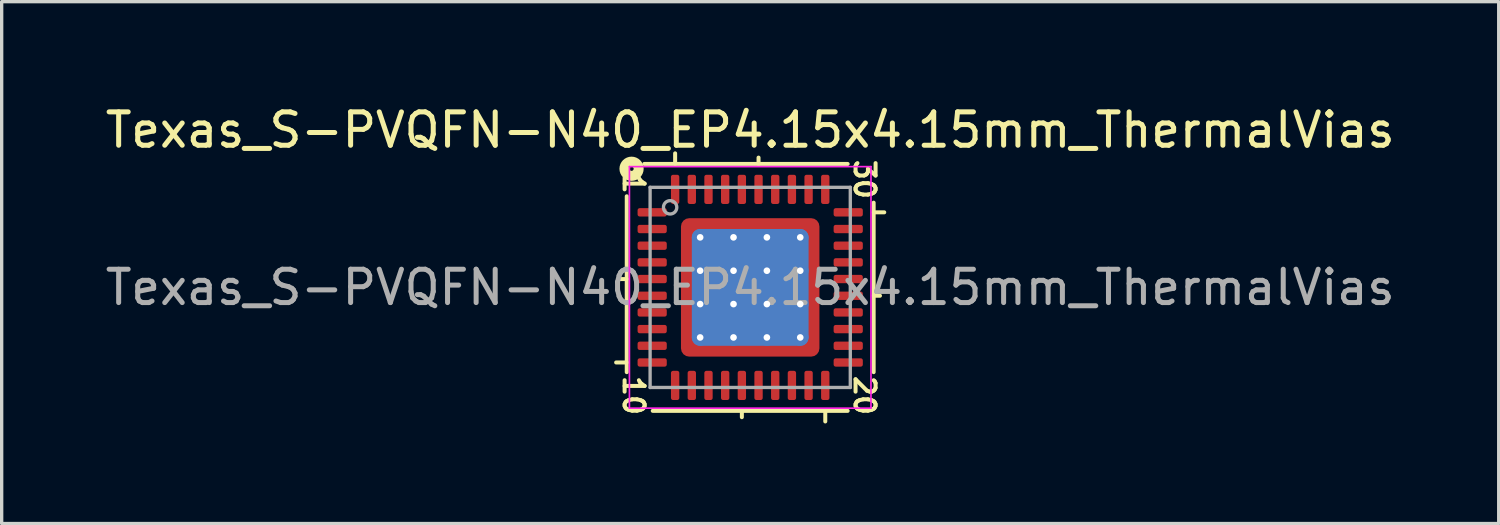
<source format=kicad_pcb>
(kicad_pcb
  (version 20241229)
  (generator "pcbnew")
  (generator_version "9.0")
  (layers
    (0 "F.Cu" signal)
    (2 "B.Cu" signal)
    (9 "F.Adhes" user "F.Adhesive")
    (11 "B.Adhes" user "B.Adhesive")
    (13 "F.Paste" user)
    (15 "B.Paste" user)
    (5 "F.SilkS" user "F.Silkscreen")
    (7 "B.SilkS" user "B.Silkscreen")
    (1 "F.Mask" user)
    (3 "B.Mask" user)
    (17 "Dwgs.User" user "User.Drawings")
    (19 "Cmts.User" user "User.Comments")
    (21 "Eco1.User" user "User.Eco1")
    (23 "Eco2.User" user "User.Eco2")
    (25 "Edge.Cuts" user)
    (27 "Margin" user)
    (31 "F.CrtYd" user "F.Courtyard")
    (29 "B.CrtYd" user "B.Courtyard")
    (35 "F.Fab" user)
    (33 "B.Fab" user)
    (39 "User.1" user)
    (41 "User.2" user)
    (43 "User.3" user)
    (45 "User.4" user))
  (footprint "Texas_S-PVQFN-N40_EP4.15x4.15mm_ThermalVias"
    (layer "F.Cu")
    (at 19.435 5.564)
    (property "Reference" "Texas_S-PVQFN-N40_EP4.15x4.15mm_ThermalVias" (at 0 -4.716 0) (layer "F.SilkS") (effects (font (size 1 1) (thickness 0.15))))
    (attr smd)
    (fp_line (start -3.7 -2.731) (end -3.7 2.54) (stroke (width 0.12) (type solid)) (layer "F.SilkS"))
    (fp_line (start -3.7 -0.25) (end -3.89 -0.25) (stroke (width 0.12) (type solid)) (layer "F.SilkS"))
    (fp_line (start -3.7 2.25) (end -4.018 2.25) (stroke (width 0.12) (type solid)) (layer "F.SilkS"))
    (fp_line (start -2.921 3.7) (end 2.921 3.7) (stroke (width 0.12) (type solid)) (layer "F.SilkS"))
    (fp_line (start -2.25 -3.7) (end -2.25 -4.018) (stroke (width 0.12) (type solid)) (layer "F.SilkS"))
    (fp_line (start -0.25 3.7) (end -0.25 3.89) (stroke (width 0.12) (type solid)) (layer "F.SilkS"))
    (fp_line (start 0.25 -3.7) (end 0.25 -3.89) (stroke (width 0.12) (type solid)) (layer "F.SilkS"))
    (fp_line (start 2.25 3.7) (end 2.25 4.018) (stroke (width 0.12) (type solid)) (layer "F.SilkS"))
    (fp_line (start 2.921 -3.7) (end -3.175 -3.7) (stroke (width 0.12) (type solid)) (layer "F.SilkS"))
    (fp_line (start 3.7 -2.25) (end 4.018 -2.25) (stroke (width 0.12) (type solid)) (layer "F.SilkS"))
    (fp_line (start 3.7 0.25) (end 3.89 0.25) (stroke (width 0.12) (type solid)) (layer "F.SilkS"))
    (fp_line (start 3.7 2.54) (end 3.7 -2.54) (stroke (width 0.12) (type solid)) (layer "F.SilkS"))
    (fp_circle (center -3.556 -3.556) (end -3.493 -3.556) (stroke (width 0.3) (type solid)) (fill no) (layer "F.SilkS"))
    (fp_line (start -3.62 -3.62) (end -3.62 3.62) (stroke (width 0.05) (type solid)) (layer "F.CrtYd"))
    (fp_line (start -3.62 3.62) (end 3.62 3.62) (stroke (width 0.05) (type solid)) (layer "F.CrtYd"))
    (fp_line (start 3.62 -3.62) (end -3.62 -3.62) (stroke (width 0.05) (type solid)) (layer "F.CrtYd"))
    (fp_line (start 3.62 3.62) (end 3.62 -3.62) (stroke (width 0.05) (type solid)) (layer "F.CrtYd"))
    (fp_line (start -3 -3) (end 3 -3) (stroke (width 0.1) (type solid)) (layer "F.Fab"))
    (fp_line (start -3 3) (end -3 -3) (stroke (width 0.1) (type solid)) (layer "F.Fab"))
    (fp_line (start 3 -3) (end 3 3) (stroke (width 0.1) (type solid)) (layer "F.Fab"))
    (fp_line (start 3 3) (end -3 3) (stroke (width 0.1) (type solid)) (layer "F.Fab"))
    (fp_circle (center -2.4 -2.4) (end -2.2 -2.4) (stroke (width 0.1) (type solid)) (fill no) (layer "F.Fab"))
    (fp_text user "30" (at 3.429 -3.239 270) (unlocked yes) (layer "F.SilkS") (effects (font (size 0.6 0.6) (thickness 0.12))))
    (fp_text user "10" (at -3.493 3.239 270) (unlocked yes) (layer "F.SilkS") (effects (font (size 0.6 0.6) (thickness 0.12))))
    (fp_text user "20" (at 3.429 3.239 270) (unlocked yes) (layer "F.SilkS") (effects (font (size 0.6 0.6) (thickness 0.12))))
    (fp_text user "1" (at -3.493 -3.111 270) (unlocked yes) (layer "F.SilkS") (effects (font (size 0.6 0.6) (thickness 0.12))))
    (fp_text user "${REFERENCE}" (at 0 0 0) (layer "F.Fab") (effects (font (size 1 1) (thickness 0.15))))
    (pad "" smd custom (at -1.788 -1.788) (size 0.342 0.342) (layers "F.Paste") (options (anchor circle)) (primitives (gr_poly (pts (xy 0.116 0.012) (xy 0.012 0.116) (xy -0.116 0.116) (xy -0.116 -0.116) (xy 0.116 -0.116)) (width 0.232) (fill yes))))
    (pad "" smd custom (at -1.788 -1) (size 0.371 0.371) (layers "F.Paste") (options (anchor circle)) (primitives (gr_poly (pts (xy 0.14 -0.235) (xy 0.14 0.235) (xy 0.063 0.311) (xy -0.14 0.311) (xy -0.14 -0.311) (xy 0.063 -0.311)) (width 0.184) (fill yes))))
    (pad "" smd custom (at -1.788 0) (size 0.371 0.371) (layers "F.Paste") (options (anchor circle)) (primitives (gr_poly (pts (xy 0.14 -0.235) (xy 0.14 0.235) (xy 0.063 0.311) (xy -0.14 0.311) (xy -0.14 -0.311) (xy 0.063 -0.311)) (width 0.184) (fill yes))))
    (pad "" smd custom (at -1.788 1) (size 0.371 0.371) (layers "F.Paste") (options (anchor circle)) (primitives (gr_poly (pts (xy 0.14 -0.235) (xy 0.14 0.235) (xy 0.063 0.311) (xy -0.14 0.311) (xy -0.14 -0.311) (xy 0.063 -0.311)) (width 0.184) (fill yes))))
    (pad "" smd custom (at -1.788 1.788) (size 0.342 0.342) (layers "F.Paste") (options (anchor circle)) (primitives (gr_poly (pts (xy 0.116 -0.012) (xy 0.116 0.116) (xy -0.116 0.116) (xy -0.116 -0.116) (xy 0.012 -0.116)) (width 0.232) (fill yes))))
    (pad "" smd custom (at -1 -1.788) (size 0.371 0.371) (layers "F.Paste") (options (anchor circle)) (primitives (gr_poly (pts (xy 0.311 0.063) (xy 0.235 0.14) (xy -0.235 0.14) (xy -0.311 0.063) (xy -0.311 -0.14) (xy 0.311 -0.14)) (width 0.184) (fill yes))))
    (pad "" smd roundrect (at -1 -1) (size 0.806 0.806) (layers "F.Paste") (roundrect_rratio 0.25))
    (pad "" smd roundrect (at -1 0) (size 0.806 0.806) (layers "F.Paste") (roundrect_rratio 0.25))
    (pad "" smd roundrect (at -1 1) (size 0.806 0.806) (layers "F.Paste") (roundrect_rratio 0.25))
    (pad "" smd custom (at -1 1.788) (size 0.371 0.371) (layers "F.Paste") (options (anchor circle)) (primitives (gr_poly (pts (xy 0.311 -0.063) (xy 0.311 0.14) (xy -0.311 0.14) (xy -0.311 -0.063) (xy -0.235 -0.14) (xy 0.235 -0.14)) (width 0.184) (fill yes))))
    (pad "" smd custom (at 0 -1.788) (size 0.371 0.371) (layers "F.Paste") (options (anchor circle)) (primitives (gr_poly (pts (xy 0.311 0.063) (xy 0.235 0.14) (xy -0.235 0.14) (xy -0.311 0.063) (xy -0.311 -0.14) (xy 0.311 -0.14)) (width 0.184) (fill yes))))
    (pad "" smd roundrect (at 0 -1) (size 0.806 0.806) (layers "F.Paste") (roundrect_rratio 0.25))
    (pad "" smd roundrect (at 0 0) (size 0.806 0.806) (layers "F.Paste") (roundrect_rratio 0.25))
    (pad "" smd roundrect (at 0 1) (size 0.806 0.806) (layers "F.Paste") (roundrect_rratio 0.25))
    (pad "" smd custom (at 0 1.788) (size 0.371 0.371) (layers "F.Paste") (options (anchor circle)) (primitives (gr_poly (pts (xy 0.311 -0.063) (xy 0.311 0.14) (xy -0.311 0.14) (xy -0.311 -0.063) (xy -0.235 -0.14) (xy 0.235 -0.14)) (width 0.184) (fill yes))))
    (pad "" smd custom (at 1 -1.788) (size 0.371 0.371) (layers "F.Paste") (options (anchor circle)) (primitives (gr_poly (pts (xy 0.311 0.063) (xy 0.235 0.14) (xy -0.235 0.14) (xy -0.311 0.063) (xy -0.311 -0.14) (xy 0.311 -0.14)) (width 0.184) (fill yes))))
    (pad "" smd roundrect (at 1 -1) (size 0.806 0.806) (layers "F.Paste") (roundrect_rratio 0.25))
    (pad "" smd roundrect (at 1 0) (size 0.806 0.806) (layers "F.Paste") (roundrect_rratio 0.25))
    (pad "" smd roundrect (at 1 1) (size 0.806 0.806) (layers "F.Paste") (roundrect_rratio 0.25))
    (pad "" smd custom (at 1 1.788) (size 0.371 0.371) (layers "F.Paste") (options (anchor circle)) (primitives (gr_poly (pts (xy 0.311 -0.063) (xy 0.311 0.14) (xy -0.311 0.14) (xy -0.311 -0.063) (xy -0.235 -0.14) (xy 0.235 -0.14)) (width 0.184) (fill yes))))
    (pad "" smd custom (at 1.788 -1.788) (size 0.342 0.342) (layers "F.Paste") (options (anchor circle)) (primitives (gr_poly (pts (xy 0.116 0.116) (xy -0.012 0.116) (xy -0.116 0.012) (xy -0.116 -0.116) (xy 0.116 -0.116)) (width 0.232) (fill yes))))
    (pad "" smd custom (at 1.788 -1) (size 0.371 0.371) (layers "F.Paste") (options (anchor circle)) (primitives (gr_poly (pts (xy 0.14 0.311) (xy -0.063 0.311) (xy -0.14 0.235) (xy -0.14 -0.235) (xy -0.063 -0.311) (xy 0.14 -0.311)) (width 0.184) (fill yes))))
    (pad "" smd custom (at 1.788 0) (size 0.371 0.371) (layers "F.Paste") (options (anchor circle)) (primitives (gr_poly (pts (xy 0.14 0.311) (xy -0.063 0.311) (xy -0.14 0.235) (xy -0.14 -0.235) (xy -0.063 -0.311) (xy 0.14 -0.311)) (width 0.184) (fill yes))))
    (pad "" smd custom (at 1.788 1) (size 0.371 0.371) (layers "F.Paste") (options (anchor circle)) (primitives (gr_poly (pts (xy 0.14 0.311) (xy -0.063 0.311) (xy -0.14 0.235) (xy -0.14 -0.235) (xy -0.063 -0.311) (xy 0.14 -0.311)) (width 0.184) (fill yes))))
    (pad "" smd custom (at 1.788 1.788) (size 0.342 0.342) (layers "F.Paste") (options (anchor circle)) (primitives (gr_poly (pts (xy 0.116 0.116) (xy -0.116 0.116) (xy -0.116 -0.012) (xy -0.012 -0.116) (xy 0.116 -0.116)) (width 0.232) (fill yes))))
    (pad "1" smd roundrect (at -2.938 -2.25) (size 0.875 0.25) (layers "F.Cu" "F.Mask" "F.Paste") (roundrect_rratio 0.25))
    (pad "2" smd roundrect (at -2.938 -1.75) (size 0.875 0.25) (layers "F.Cu" "F.Mask" "F.Paste") (roundrect_rratio 0.25))
    (pad "3" smd roundrect (at -2.938 -1.25) (size 0.875 0.25) (layers "F.Cu" "F.Mask" "F.Paste") (roundrect_rratio 0.25))
    (pad "4" smd roundrect (at -2.938 -0.75) (size 0.875 0.25) (layers "F.Cu" "F.Mask" "F.Paste") (roundrect_rratio 0.25))
    (pad "5" smd roundrect (at -2.938 -0.25) (size 0.875 0.25) (layers "F.Cu" "F.Mask" "F.Paste") (roundrect_rratio 0.25))
    (pad "6" smd roundrect (at -2.938 0.25) (size 0.875 0.25) (layers "F.Cu" "F.Mask" "F.Paste") (roundrect_rratio 0.25))
    (pad "7" smd roundrect (at -2.938 0.75) (size 0.875 0.25) (layers "F.Cu" "F.Mask" "F.Paste") (roundrect_rratio 0.25))
    (pad "8" smd roundrect (at -2.938 1.25) (size 0.875 0.25) (layers "F.Cu" "F.Mask" "F.Paste") (roundrect_rratio 0.25))
    (pad "9" smd roundrect (at -2.938 1.75) (size 0.875 0.25) (layers "F.Cu" "F.Mask" "F.Paste") (roundrect_rratio 0.25))
    (pad "10" smd roundrect (at -2.938 2.25) (size 0.875 0.25) (layers "F.Cu" "F.Mask" "F.Paste") (roundrect_rratio 0.25))
    (pad "11" smd roundrect (at -2.25 2.938) (size 0.25 0.875) (layers "F.Cu" "F.Mask" "F.Paste") (roundrect_rratio 0.25))
    (pad "12" smd roundrect (at -1.75 2.938) (size 0.25 0.875) (layers "F.Cu" "F.Mask" "F.Paste") (roundrect_rratio 0.25))
    (pad "13" smd roundrect (at -1.25 2.938) (size 0.25 0.875) (layers "F.Cu" "F.Mask" "F.Paste") (roundrect_rratio 0.25))
    (pad "14" smd roundrect (at -0.75 2.938) (size 0.25 0.875) (layers "F.Cu" "F.Mask" "F.Paste") (roundrect_rratio 0.25))
    (pad "15" smd roundrect (at -0.25 2.938) (size 0.25 0.875) (layers "F.Cu" "F.Mask" "F.Paste") (roundrect_rratio 0.25))
    (pad "16" smd roundrect (at 0.25 2.938) (size 0.25 0.875) (layers "F.Cu" "F.Mask" "F.Paste") (roundrect_rratio 0.25))
    (pad "17" smd roundrect (at 0.75 2.938) (size 0.25 0.875) (layers "F.Cu" "F.Mask" "F.Paste") (roundrect_rratio 0.25))
    (pad "18" smd roundrect (at 1.25 2.938) (size 0.25 0.875) (layers "F.Cu" "F.Mask" "F.Paste") (roundrect_rratio 0.25))
    (pad "19" smd roundrect (at 1.75 2.938) (size 0.25 0.875) (layers "F.Cu" "F.Mask" "F.Paste") (roundrect_rratio 0.25))
    (pad "20" smd roundrect (at 2.25 2.938) (size 0.25 0.875) (layers "F.Cu" "F.Mask" "F.Paste") (roundrect_rratio 0.25))
    (pad "21" smd roundrect (at 2.938 2.25) (size 0.875 0.25) (layers "F.Cu" "F.Mask" "F.Paste") (roundrect_rratio 0.25))
    (pad "22" smd roundrect (at 2.938 1.75) (size 0.875 0.25) (layers "F.Cu" "F.Mask" "F.Paste") (roundrect_rratio 0.25))
    (pad "23" smd roundrect (at 2.938 1.25) (size 0.875 0.25) (layers "F.Cu" "F.Mask" "F.Paste") (roundrect_rratio 0.25))
    (pad "24" smd roundrect (at 2.938 0.75) (size 0.875 0.25) (layers "F.Cu" "F.Mask" "F.Paste") (roundrect_rratio 0.25))
    (pad "25" smd roundrect (at 2.938 0.25) (size 0.875 0.25) (layers "F.Cu" "F.Mask" "F.Paste") (roundrect_rratio 0.25))
    (pad "26" smd roundrect (at 2.938 -0.25) (size 0.875 0.25) (layers "F.Cu" "F.Mask" "F.Paste") (roundrect_rratio 0.25))
    (pad "27" smd roundrect (at 2.938 -0.75) (size 0.875 0.25) (layers "F.Cu" "F.Mask" "F.Paste") (roundrect_rratio 0.25))
    (pad "28" smd roundrect (at 2.938 -1.25) (size 0.875 0.25) (layers "F.Cu" "F.Mask" "F.Paste") (roundrect_rratio 0.25))
    (pad "29" smd roundrect (at 2.938 -1.75) (size 0.875 0.25) (layers "F.Cu" "F.Mask" "F.Paste") (roundrect_rratio 0.25))
    (pad "30" smd roundrect (at 2.938 -2.25) (size 0.875 0.25) (layers "F.Cu" "F.Mask" "F.Paste") (roundrect_rratio 0.25))
    (pad "31" smd roundrect (at 2.25 -2.938) (size 0.25 0.875) (layers "F.Cu" "F.Mask" "F.Paste") (roundrect_rratio 0.25))
    (pad "32" smd roundrect (at 1.75 -2.938) (size 0.25 0.875) (layers "F.Cu" "F.Mask" "F.Paste") (roundrect_rratio 0.25))
    (pad "33" smd roundrect (at 1.25 -2.938) (size 0.25 0.875) (layers "F.Cu" "F.Mask" "F.Paste") (roundrect_rratio 0.25))
    (pad "34" smd roundrect (at 0.75 -2.938) (size 0.25 0.875) (layers "F.Cu" "F.Mask" "F.Paste") (roundrect_rratio 0.25))
    (pad "35" smd roundrect (at 0.25 -2.938) (size 0.25 0.875) (layers "F.Cu" "F.Mask" "F.Paste") (roundrect_rratio 0.25))
    (pad "36" smd roundrect (at -0.25 -2.938) (size 0.25 0.875) (layers "F.Cu" "F.Mask" "F.Paste") (roundrect_rratio 0.25))
    (pad "37" smd roundrect (at -0.75 -2.938) (size 0.25 0.875) (layers "F.Cu" "F.Mask" "F.Paste") (roundrect_rratio 0.25))
    (pad "38" smd roundrect (at -1.25 -2.938) (size 0.25 0.875) (layers "F.Cu" "F.Mask" "F.Paste") (roundrect_rratio 0.25))
    (pad "39" smd roundrect (at -1.75 -2.938) (size 0.25 0.875) (layers "F.Cu" "F.Mask" "F.Paste") (roundrect_rratio 0.25))
    (pad "40" smd roundrect (at -2.25 -2.938) (size 0.25 0.875) (layers "F.Cu" "F.Mask" "F.Paste") (roundrect_rratio 0.25))
    (pad "41" thru_hole circle (at -1.5 -1.5) (size 0.5 0.5) (drill 0.2) (property pad_prop_heatsink) (layers "*.Cu"))
    (pad "41" thru_hole circle (at -1.5 -0.5) (size 0.5 0.5) (drill 0.2) (property pad_prop_heatsink) (layers "*.Cu"))
    (pad "41" thru_hole circle (at -1.5 0.5) (size 0.5 0.5) (drill 0.2) (property pad_prop_heatsink) (layers "*.Cu"))
    (pad "41" thru_hole circle (at -1.5 1.5) (size 0.5 0.5) (drill 0.2) (property pad_prop_heatsink) (layers "*.Cu"))
    (pad "41" thru_hole circle (at -0.5 -1.5) (size 0.5 0.5) (drill 0.2) (property pad_prop_heatsink) (layers "*.Cu"))
    (pad "41" thru_hole circle (at -0.5 -0.5) (size 0.5 0.5) (drill 0.2) (property pad_prop_heatsink) (layers "*.Cu"))
    (pad "41" thru_hole circle (at -0.5 0.5) (size 0.5 0.5) (drill 0.2) (property pad_prop_heatsink) (layers "*.Cu"))
    (pad "41" thru_hole circle (at -0.5 1.5) (size 0.5 0.5) (drill 0.2) (property pad_prop_heatsink) (layers "*.Cu"))
    (pad "41" smd roundrect (at 0 0) (size 3.5 3.5) (layers "B.Cu" "B.Mask") (roundrect_rratio 0.071))
    (pad "41" smd roundrect (at 0 0) (size 4.15 4.15) (layers "F.Cu" "F.Mask") (roundrect_rratio 0.06))
    (pad "41" thru_hole circle (at 0.5 -1.5) (size 0.5 0.5) (drill 0.2) (property pad_prop_heatsink) (layers "*.Cu"))
    (pad "41" thru_hole circle (at 0.5 -0.5) (size 0.5 0.5) (drill 0.2) (property pad_prop_heatsink) (layers "*.Cu"))
    (pad "41" thru_hole circle (at 0.5 0.5) (size 0.5 0.5) (drill 0.2) (property pad_prop_heatsink) (layers "*.Cu"))
    (pad "41" thru_hole circle (at 0.5 1.5) (size 0.5 0.5) (drill 0.2) (property pad_prop_heatsink) (layers "*.Cu"))
    (pad "41" thru_hole circle (at 1.5 -1.5) (size 0.5 0.5) (drill 0.2) (property pad_prop_heatsink) (layers "*.Cu"))
    (pad "41" thru_hole circle (at 1.5 -0.5) (size 0.5 0.5) (drill 0.2) (property pad_prop_heatsink) (layers "*.Cu"))
    (pad "41" thru_hole circle (at 1.5 0.5) (size 0.5 0.5) (drill 0.2) (property pad_prop_heatsink) (layers "*.Cu"))
    (pad "41" thru_hole circle (at 1.5 1.5) (size 0.5 0.5) (drill 0.2) (property pad_prop_heatsink) (layers "*.Cu")))
  (gr_rect
    (start -3 -3)
    (end 41.869 12.642)
    (stroke (width 0.1) (type default))
    (fill no)
    (layer "Edge.Cuts")))
</source>
